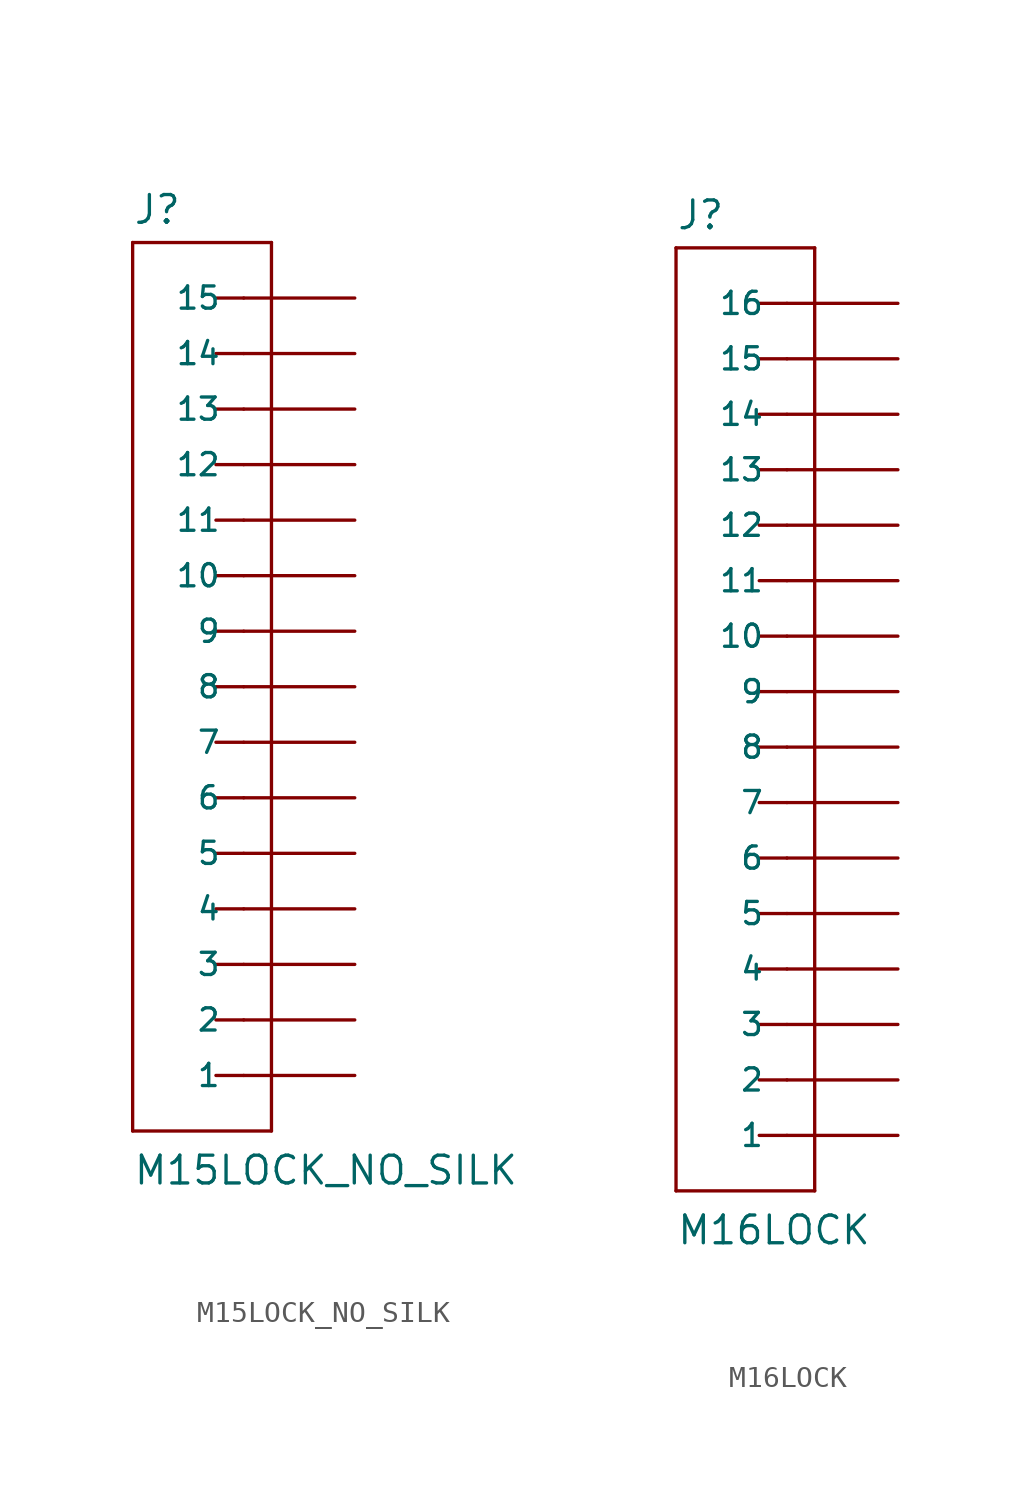
<source format=kicad_sym>
(kicad_symbol_lib
  (version 20211014)
  (generator kicad_symbol_editor)
  (symbol "M15LOCK_NO_SILK"
    (pin_numbers hide)
    (pin_names
      (offset 1.016))
    (property "Reference" "J"
      (at 0 21.082 0)
      (effects (font (size 1.27 1.27)) (justify left bottom)))
    (property "Value" "M15LOCK_NO_SILK"
      (at 0 -22.86 0)
      (effects (font (size 1.27 1.27)) (justify left bottom)))
    (property "Datasheet" ""
      (at 0 0 0)
      (effects (font (size 1.524 1.524))))
    (property "ki_locked" ""
      (at 0 0 0)
      (effects (font (size 1.27 1.27))))
    (symbol "M15LOCK_NO_SILK_1_0"
      (polyline (pts (xy 0 20.32) (xy 0 -20.32)) (stroke (width 0) (type default) (color 0 0 0 0)) (fill (type none)))
      (polyline (pts (xy 0 20.32) (xy 6.35 20.32)) (stroke (width 0) (type default) (color 0 0 0 0)) (fill (type none)))
      (polyline (pts (xy 3.81 -17.78) (xy 5.08 -17.78)) (stroke (width 0) (type default) (color 0 0 0 0)) (fill (type none)))
      (polyline (pts (xy 3.81 -15.24) (xy 5.08 -15.24)) (stroke (width 0) (type default) (color 0 0 0 0)) (fill (type none)))
      (polyline (pts (xy 3.81 -12.7) (xy 5.08 -12.7)) (stroke (width 0) (type default) (color 0 0 0 0)) (fill (type none)))
      (polyline (pts (xy 3.81 -10.16) (xy 5.08 -10.16)) (stroke (width 0) (type default) (color 0 0 0 0)) (fill (type none)))
      (polyline (pts (xy 3.81 -7.62) (xy 5.08 -7.62)) (stroke (width 0) (type default) (color 0 0 0 0)) (fill (type none)))
      (polyline (pts (xy 3.81 -5.08) (xy 5.08 -5.08)) (stroke (width 0) (type default) (color 0 0 0 0)) (fill (type none)))
      (polyline (pts (xy 3.81 -2.54) (xy 5.08 -2.54)) (stroke (width 0) (type default) (color 0 0 0 0)) (fill (type none)))
      (polyline (pts (xy 3.81 0) (xy 5.08 0)) (stroke (width 0) (type default) (color 0 0 0 0)) (fill (type none)))
      (polyline (pts (xy 3.81 2.54) (xy 5.08 2.54)) (stroke (width 0) (type default) (color 0 0 0 0)) (fill (type none)))
      (polyline (pts (xy 3.81 5.08) (xy 5.08 5.08)) (stroke (width 0) (type default) (color 0 0 0 0)) (fill (type none)))
      (polyline (pts (xy 3.81 7.62) (xy 5.08 7.62)) (stroke (width 0) (type default) (color 0 0 0 0)) (fill (type none)))
      (polyline (pts (xy 3.81 10.16) (xy 5.08 10.16)) (stroke (width 0) (type default) (color 0 0 0 0)) (fill (type none)))
      (polyline (pts (xy 3.81 12.7) (xy 5.08 12.7)) (stroke (width 0) (type default) (color 0 0 0 0)) (fill (type none)))
      (polyline (pts (xy 3.81 15.24) (xy 5.08 15.24)) (stroke (width 0) (type default) (color 0 0 0 0)) (fill (type none)))
      (polyline (pts (xy 3.81 17.78) (xy 5.08 17.78)) (stroke (width 0) (type default) (color 0 0 0 0)) (fill (type none)))
      (polyline (pts (xy 6.35 -20.32) (xy 0 -20.32)) (stroke (width 0) (type default) (color 0 0 0 0)) (fill (type none)))
      (polyline (pts (xy 6.35 -20.32) (xy 6.35 20.32)) (stroke (width 0) (type default) (color 0 0 0 0)) (fill (type none))))
    (symbol "M15LOCK_NO_SILK_1_1"
      (pin passive line (at 10.16 -17.78 180) (length 5.08) (name "1" (effects (font (size 1.016 1.016)))) (number "1" (effects (font (size 1.016 1.016)))))
      (pin passive line (at 10.16 5.08 180) (length 5.08) (name "10" (effects (font (size 1.016 1.016)))) (number "10" (effects (font (size 1.016 1.016)))))
      (pin passive line (at 10.16 7.62 180) (length 5.08) (name "11" (effects (font (size 1.016 1.016)))) (number "11" (effects (font (size 1.016 1.016)))))
      (pin passive line (at 10.16 10.16 180) (length 5.08) (name "12" (effects (font (size 1.016 1.016)))) (number "12" (effects (font (size 1.016 1.016)))))
      (pin passive line (at 10.16 12.7 180) (length 5.08) (name "13" (effects (font (size 1.016 1.016)))) (number "13" (effects (font (size 1.016 1.016)))))
      (pin passive line (at 10.16 15.24 180) (length 5.08) (name "14" (effects (font (size 1.016 1.016)))) (number "14" (effects (font (size 1.016 1.016)))))
      (pin passive line (at 10.16 17.78 180) (length 5.08) (name "15" (effects (font (size 1.016 1.016)))) (number "15" (effects (font (size 1.016 1.016)))))
      (pin passive line (at 10.16 -15.24 180) (length 5.08) (name "2" (effects (font (size 1.016 1.016)))) (number "2" (effects (font (size 1.016 1.016)))))
      (pin passive line (at 10.16 -12.7 180) (length 5.08) (name "3" (effects (font (size 1.016 1.016)))) (number "3" (effects (font (size 1.016 1.016)))))
      (pin passive line (at 10.16 -10.16 180) (length 5.08) (name "4" (effects (font (size 1.016 1.016)))) (number "4" (effects (font (size 1.016 1.016)))))
      (pin passive line (at 10.16 -7.62 180) (length 5.08) (name "5" (effects (font (size 1.016 1.016)))) (number "5" (effects (font (size 1.016 1.016)))))
      (pin passive line (at 10.16 -5.08 180) (length 5.08) (name "6" (effects (font (size 1.016 1.016)))) (number "6" (effects (font (size 1.016 1.016)))))
      (pin passive line (at 10.16 -2.54 180) (length 5.08) (name "7" (effects (font (size 1.016 1.016)))) (number "7" (effects (font (size 1.016 1.016)))))
      (pin passive line (at 10.16 0 180) (length 5.08) (name "8" (effects (font (size 1.016 1.016)))) (number "8" (effects (font (size 1.016 1.016)))))
      (pin passive line (at 10.16 2.54 180) (length 5.08) (name "9" (effects (font (size 1.016 1.016)))) (number "9" (effects (font (size 1.016 1.016)))))))
  (symbol "M16LOCK"
    (pin_numbers hide)
    (pin_names
      (offset 1.016))
    (property "Reference" "J"
      (at 0 21.082 0)
      (effects (font (size 1.27 1.27)) (justify left bottom)))
    (property "Value" "M16LOCK"
      (at 0 -25.4 0)
      (effects (font (size 1.27 1.27)) (justify left bottom)))
    (property "Datasheet" ""
      (at 0 0 0)
      (effects (font (size 1.524 1.524))))
    (property "ki_locked" ""
      (at 0 0 0)
      (effects (font (size 1.27 1.27))))
    (symbol "M16LOCK_1_0"
      (polyline (pts (xy 0 20.32) (xy 0 -22.86)) (stroke (width 0) (type default) (color 0 0 0 0)) (fill (type none)))
      (polyline (pts (xy 0 20.32) (xy 6.35 20.32)) (stroke (width 0) (type default) (color 0 0 0 0)) (fill (type none)))
      (polyline (pts (xy 3.81 -20.32) (xy 5.08 -20.32)) (stroke (width 0) (type default) (color 0 0 0 0)) (fill (type none)))
      (polyline (pts (xy 3.81 -17.78) (xy 5.08 -17.78)) (stroke (width 0) (type default) (color 0 0 0 0)) (fill (type none)))
      (polyline (pts (xy 3.81 -15.24) (xy 5.08 -15.24)) (stroke (width 0) (type default) (color 0 0 0 0)) (fill (type none)))
      (polyline (pts (xy 3.81 -12.7) (xy 5.08 -12.7)) (stroke (width 0) (type default) (color 0 0 0 0)) (fill (type none)))
      (polyline (pts (xy 3.81 -10.16) (xy 5.08 -10.16)) (stroke (width 0) (type default) (color 0 0 0 0)) (fill (type none)))
      (polyline (pts (xy 3.81 -7.62) (xy 5.08 -7.62)) (stroke (width 0) (type default) (color 0 0 0 0)) (fill (type none)))
      (polyline (pts (xy 3.81 -5.08) (xy 5.08 -5.08)) (stroke (width 0) (type default) (color 0 0 0 0)) (fill (type none)))
      (polyline (pts (xy 3.81 -2.54) (xy 5.08 -2.54)) (stroke (width 0) (type default) (color 0 0 0 0)) (fill (type none)))
      (polyline (pts (xy 3.81 0) (xy 5.08 0)) (stroke (width 0) (type default) (color 0 0 0 0)) (fill (type none)))
      (polyline (pts (xy 3.81 2.54) (xy 5.08 2.54)) (stroke (width 0) (type default) (color 0 0 0 0)) (fill (type none)))
      (polyline (pts (xy 3.81 5.08) (xy 5.08 5.08)) (stroke (width 0) (type default) (color 0 0 0 0)) (fill (type none)))
      (polyline (pts (xy 3.81 7.62) (xy 5.08 7.62)) (stroke (width 0) (type default) (color 0 0 0 0)) (fill (type none)))
      (polyline (pts (xy 3.81 10.16) (xy 5.08 10.16)) (stroke (width 0) (type default) (color 0 0 0 0)) (fill (type none)))
      (polyline (pts (xy 3.81 12.7) (xy 5.08 12.7)) (stroke (width 0) (type default) (color 0 0 0 0)) (fill (type none)))
      (polyline (pts (xy 3.81 15.24) (xy 5.08 15.24)) (stroke (width 0) (type default) (color 0 0 0 0)) (fill (type none)))
      (polyline (pts (xy 3.81 17.78) (xy 5.08 17.78)) (stroke (width 0) (type default) (color 0 0 0 0)) (fill (type none)))
      (polyline (pts (xy 6.35 -22.86) (xy 0 -22.86)) (stroke (width 0) (type default) (color 0 0 0 0)) (fill (type none)))
      (polyline (pts (xy 6.35 -22.86) (xy 6.35 20.32)) (stroke (width 0) (type default) (color 0 0 0 0)) (fill (type none))))
    (symbol "M16LOCK_1_1"
      (pin passive line (at 10.16 -20.32 180) (length 5.08) (name "1" (effects (font (size 1.016 1.016)))) (number "1" (effects (font (size 1.016 1.016)))))
      (pin passive line (at 10.16 2.54 180) (length 5.08) (name "10" (effects (font (size 1.016 1.016)))) (number "10" (effects (font (size 1.016 1.016)))))
      (pin passive line (at 10.16 5.08 180) (length 5.08) (name "11" (effects (font (size 1.016 1.016)))) (number "11" (effects (font (size 1.016 1.016)))))
      (pin passive line (at 10.16 7.62 180) (length 5.08) (name "12" (effects (font (size 1.016 1.016)))) (number "12" (effects (font (size 1.016 1.016)))))
      (pin passive line (at 10.16 10.16 180) (length 5.08) (name "13" (effects (font (size 1.016 1.016)))) (number "13" (effects (font (size 1.016 1.016)))))
      (pin passive line (at 10.16 12.7 180) (length 5.08) (name "14" (effects (font (size 1.016 1.016)))) (number "14" (effects (font (size 1.016 1.016)))))
      (pin passive line (at 10.16 15.24 180) (length 5.08) (name "15" (effects (font (size 1.016 1.016)))) (number "15" (effects (font (size 1.016 1.016)))))
      (pin passive line (at 10.16 17.78 180) (length 5.08) (name "16" (effects (font (size 1.016 1.016)))) (number "16" (effects (font (size 1.016 1.016)))))
      (pin passive line (at 10.16 -17.78 180) (length 5.08) (name "2" (effects (font (size 1.016 1.016)))) (number "2" (effects (font (size 1.016 1.016)))))
      (pin passive line (at 10.16 -15.24 180) (length 5.08) (name "3" (effects (font (size 1.016 1.016)))) (number "3" (effects (font (size 1.016 1.016)))))
      (pin passive line (at 10.16 -12.7 180) (length 5.08) (name "4" (effects (font (size 1.016 1.016)))) (number "4" (effects (font (size 1.016 1.016)))))
      (pin passive line (at 10.16 -10.16 180) (length 5.08) (name "5" (effects (font (size 1.016 1.016)))) (number "5" (effects (font (size 1.016 1.016)))))
      (pin passive line (at 10.16 -7.62 180) (length 5.08) (name "6" (effects (font (size 1.016 1.016)))) (number "6" (effects (font (size 1.016 1.016)))))
      (pin passive line (at 10.16 -5.08 180) (length 5.08) (name "7" (effects (font (size 1.016 1.016)))) (number "7" (effects (font (size 1.016 1.016)))))
      (pin passive line (at 10.16 -2.54 180) (length 5.08) (name "8" (effects (font (size 1.016 1.016)))) (number "8" (effects (font (size 1.016 1.016)))))
      (pin passive line (at 10.16 0 180) (length 5.08) (name "9" (effects (font (size 1.016 1.016)))) (number "9" (effects (font (size 1.016 1.016))))))))
</source>
